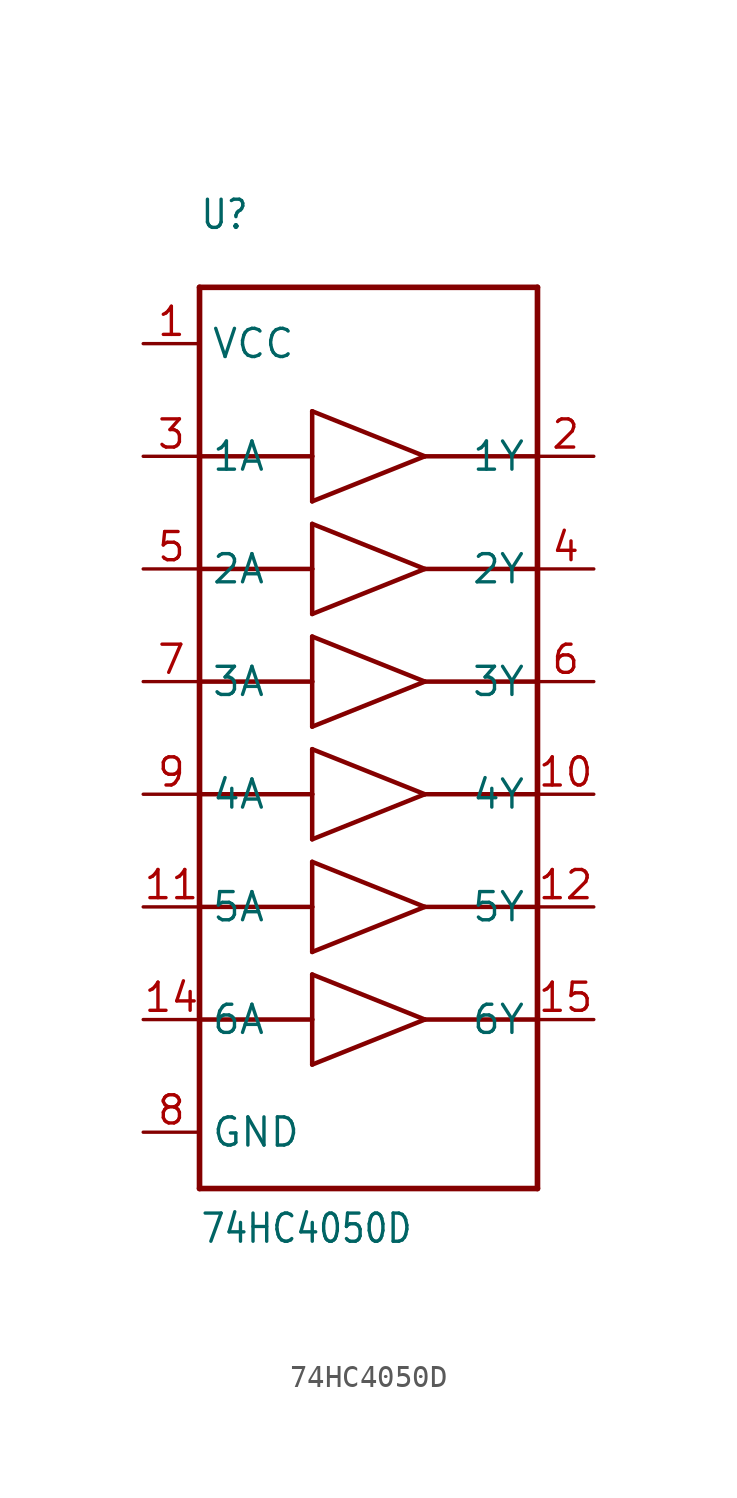
<source format=kicad_sym>
(kicad_symbol_lib
  (version 20211014)
  (generator kicad_symbol_editor)
  (symbol "74HC4050D"
    (property "Reference" "U"
      (at -7.62 22.86 0)
      (effects (font (size 1.27 1.079)) (justify left bottom)))
    (property "Value" "74HC4050D"
      (at -7.62 -22.86 0)
      (effects (font (size 1.27 1.079)) (justify left bottom)))
    (property "ki_locked" ""
      (at 0 0 0)
      (effects (font (size 1.27 1.27))))
    (symbol "74HC4050D_1_0"
      (polyline (pts (xy -7.62 -20.32) (xy -7.62 20.32)) (stroke (width 0.254) (type default) (color 0 0 0 0)) (fill (type none)))
      (polyline (pts (xy -7.62 -12.7) (xy -2.54 -12.7)) (stroke (width 0.203) (type default) (color 0 0 0 0)) (fill (type none)))
      (polyline (pts (xy -7.62 -7.62) (xy -2.54 -7.62)) (stroke (width 0.203) (type default) (color 0 0 0 0)) (fill (type none)))
      (polyline (pts (xy -7.62 -2.54) (xy -2.54 -2.54)) (stroke (width 0.203) (type default) (color 0 0 0 0)) (fill (type none)))
      (polyline (pts (xy -7.62 2.54) (xy -2.54 2.54)) (stroke (width 0.203) (type default) (color 0 0 0 0)) (fill (type none)))
      (polyline (pts (xy -7.62 7.62) (xy -2.54 7.62)) (stroke (width 0.203) (type default) (color 0 0 0 0)) (fill (type none)))
      (polyline (pts (xy -7.62 12.7) (xy -2.54 12.7)) (stroke (width 0.203) (type default) (color 0 0 0 0)) (fill (type none)))
      (polyline (pts (xy -7.62 20.32) (xy 7.62 20.32)) (stroke (width 0.254) (type default) (color 0 0 0 0)) (fill (type none)))
      (polyline (pts (xy -2.54 -14.732) (xy -2.54 -12.7)) (stroke (width 0.203) (type default) (color 0 0 0 0)) (fill (type none)))
      (polyline (pts (xy -2.54 -14.732) (xy 2.54 -12.7)) (stroke (width 0.203) (type default) (color 0 0 0 0)) (fill (type none)))
      (polyline (pts (xy -2.54 -12.7) (xy -2.54 -10.668)) (stroke (width 0.203) (type default) (color 0 0 0 0)) (fill (type none)))
      (polyline (pts (xy -2.54 -9.652) (xy -2.54 -7.62)) (stroke (width 0.203) (type default) (color 0 0 0 0)) (fill (type none)))
      (polyline (pts (xy -2.54 -9.652) (xy 2.54 -7.62)) (stroke (width 0.203) (type default) (color 0 0 0 0)) (fill (type none)))
      (polyline (pts (xy -2.54 -7.62) (xy -2.54 -5.588)) (stroke (width 0.203) (type default) (color 0 0 0 0)) (fill (type none)))
      (polyline (pts (xy -2.54 -4.572) (xy -2.54 -2.54)) (stroke (width 0.203) (type default) (color 0 0 0 0)) (fill (type none)))
      (polyline (pts (xy -2.54 -4.572) (xy 2.54 -2.54)) (stroke (width 0.203) (type default) (color 0 0 0 0)) (fill (type none)))
      (polyline (pts (xy -2.54 -2.54) (xy -2.54 -0.508)) (stroke (width 0.203) (type default) (color 0 0 0 0)) (fill (type none)))
      (polyline (pts (xy -2.54 0.508) (xy -2.54 2.54)) (stroke (width 0.203) (type default) (color 0 0 0 0)) (fill (type none)))
      (polyline (pts (xy -2.54 0.508) (xy 2.54 2.54)) (stroke (width 0.203) (type default) (color 0 0 0 0)) (fill (type none)))
      (polyline (pts (xy -2.54 2.54) (xy -2.54 4.572)) (stroke (width 0.203) (type default) (color 0 0 0 0)) (fill (type none)))
      (polyline (pts (xy -2.54 5.588) (xy -2.54 7.62)) (stroke (width 0.203) (type default) (color 0 0 0 0)) (fill (type none)))
      (polyline (pts (xy -2.54 5.588) (xy 2.54 7.62)) (stroke (width 0.203) (type default) (color 0 0 0 0)) (fill (type none)))
      (polyline (pts (xy -2.54 7.62) (xy -2.54 9.652)) (stroke (width 0.203) (type default) (color 0 0 0 0)) (fill (type none)))
      (polyline (pts (xy -2.54 10.668) (xy -2.54 12.7)) (stroke (width 0.203) (type default) (color 0 0 0 0)) (fill (type none)))
      (polyline (pts (xy -2.54 10.668) (xy 2.54 12.7)) (stroke (width 0.203) (type default) (color 0 0 0 0)) (fill (type none)))
      (polyline (pts (xy -2.54 12.7) (xy -2.54 14.732)) (stroke (width 0.203) (type default) (color 0 0 0 0)) (fill (type none)))
      (polyline (pts (xy 2.54 -12.7) (xy -2.54 -10.668)) (stroke (width 0.203) (type default) (color 0 0 0 0)) (fill (type none)))
      (polyline (pts (xy 2.54 -12.7) (xy 7.62 -12.7)) (stroke (width 0.203) (type default) (color 0 0 0 0)) (fill (type none)))
      (polyline (pts (xy 2.54 -7.62) (xy -2.54 -5.588)) (stroke (width 0.203) (type default) (color 0 0 0 0)) (fill (type none)))
      (polyline (pts (xy 2.54 -7.62) (xy 7.62 -7.62)) (stroke (width 0.203) (type default) (color 0 0 0 0)) (fill (type none)))
      (polyline (pts (xy 2.54 -2.54) (xy -2.54 -0.508)) (stroke (width 0.203) (type default) (color 0 0 0 0)) (fill (type none)))
      (polyline (pts (xy 2.54 -2.54) (xy 7.62 -2.54)) (stroke (width 0.203) (type default) (color 0 0 0 0)) (fill (type none)))
      (polyline (pts (xy 2.54 2.54) (xy -2.54 4.572)) (stroke (width 0.203) (type default) (color 0 0 0 0)) (fill (type none)))
      (polyline (pts (xy 2.54 2.54) (xy 7.62 2.54)) (stroke (width 0.203) (type default) (color 0 0 0 0)) (fill (type none)))
      (polyline (pts (xy 2.54 7.62) (xy -2.54 9.652)) (stroke (width 0.203) (type default) (color 0 0 0 0)) (fill (type none)))
      (polyline (pts (xy 2.54 7.62) (xy 7.62 7.62)) (stroke (width 0.203) (type default) (color 0 0 0 0)) (fill (type none)))
      (polyline (pts (xy 2.54 12.7) (xy -2.54 14.732)) (stroke (width 0.203) (type default) (color 0 0 0 0)) (fill (type none)))
      (polyline (pts (xy 2.54 12.7) (xy 7.62 12.7)) (stroke (width 0.203) (type default) (color 0 0 0 0)) (fill (type none)))
      (polyline (pts (xy 7.62 -20.32) (xy -7.62 -20.32)) (stroke (width 0.254) (type default) (color 0 0 0 0)) (fill (type none)))
      (polyline (pts (xy 7.62 12.7) (xy 7.62 -20.32)) (stroke (width 0.254) (type default) (color 0 0 0 0)) (fill (type none)))
      (polyline (pts (xy 7.62 20.32) (xy 7.62 12.7)) (stroke (width 0.254) (type default) (color 0 0 0 0)) (fill (type none)))
      (pin bidirectional line (at -10.16 17.78 0) (length 2.54) (name "VCC" (effects (font (size 1.27 1.27)))) (number "1" (effects (font (size 1.27 1.27)))))
      (pin bidirectional line (at 10.16 -2.54 180) (length 2.54) (name "4Y" (effects (font (size 1.27 1.27)))) (number "10" (effects (font (size 1.27 1.27)))))
      (pin bidirectional line (at -10.16 -7.62 0) (length 2.54) (name "5A" (effects (font (size 1.27 1.27)))) (number "11" (effects (font (size 1.27 1.27)))))
      (pin bidirectional line (at 10.16 -7.62 180) (length 2.54) (name "5Y" (effects (font (size 1.27 1.27)))) (number "12" (effects (font (size 1.27 1.27)))))
      (pin bidirectional line (at -10.16 -12.7 0) (length 2.54) (name "6A" (effects (font (size 1.27 1.27)))) (number "14" (effects (font (size 1.27 1.27)))))
      (pin bidirectional line (at 10.16 -12.7 180) (length 2.54) (name "6Y" (effects (font (size 1.27 1.27)))) (number "15" (effects (font (size 1.27 1.27)))))
      (pin bidirectional line (at 10.16 12.7 180) (length 2.54) (name "1Y" (effects (font (size 1.27 1.27)))) (number "2" (effects (font (size 1.27 1.27)))))
      (pin bidirectional line (at -10.16 12.7 0) (length 2.54) (name "1A" (effects (font (size 1.27 1.27)))) (number "3" (effects (font (size 1.27 1.27)))))
      (pin bidirectional line (at 10.16 7.62 180) (length 2.54) (name "2Y" (effects (font (size 1.27 1.27)))) (number "4" (effects (font (size 1.27 1.27)))))
      (pin bidirectional line (at -10.16 7.62 0) (length 2.54) (name "2A" (effects (font (size 1.27 1.27)))) (number "5" (effects (font (size 1.27 1.27)))))
      (pin bidirectional line (at 10.16 2.54 180) (length 2.54) (name "3Y" (effects (font (size 1.27 1.27)))) (number "6" (effects (font (size 1.27 1.27)))))
      (pin bidirectional line (at -10.16 2.54 0) (length 2.54) (name "3A" (effects (font (size 1.27 1.27)))) (number "7" (effects (font (size 1.27 1.27)))))
      (pin bidirectional line (at -10.16 -17.78 0) (length 2.54) (name "GND" (effects (font (size 1.27 1.27)))) (number "8" (effects (font (size 1.27 1.27)))))
      (pin bidirectional line (at -10.16 -2.54 0) (length 2.54) (name "4A" (effects (font (size 1.27 1.27)))) (number "9" (effects (font (size 1.27 1.27))))))))
</source>
